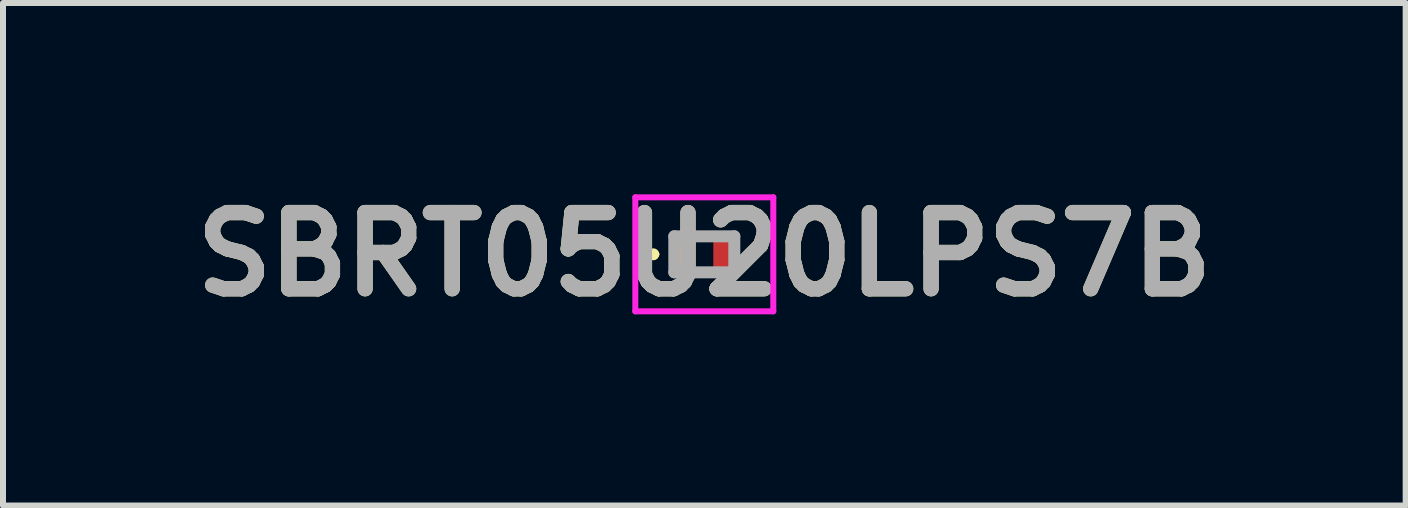
<source format=kicad_pcb>
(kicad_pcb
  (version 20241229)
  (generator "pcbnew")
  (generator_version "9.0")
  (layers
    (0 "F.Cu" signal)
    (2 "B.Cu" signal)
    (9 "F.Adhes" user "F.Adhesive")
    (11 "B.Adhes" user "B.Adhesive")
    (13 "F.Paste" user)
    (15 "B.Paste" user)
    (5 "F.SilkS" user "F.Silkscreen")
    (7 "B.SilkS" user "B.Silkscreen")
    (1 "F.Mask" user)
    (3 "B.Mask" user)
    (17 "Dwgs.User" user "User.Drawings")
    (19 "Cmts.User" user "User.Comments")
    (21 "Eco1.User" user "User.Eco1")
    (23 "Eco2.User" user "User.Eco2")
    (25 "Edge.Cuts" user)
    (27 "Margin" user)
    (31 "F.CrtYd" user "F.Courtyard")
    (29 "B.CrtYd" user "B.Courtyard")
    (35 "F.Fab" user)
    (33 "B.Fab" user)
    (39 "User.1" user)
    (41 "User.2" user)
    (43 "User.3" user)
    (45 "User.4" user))
  (footprint "SBRT05U20LPS7B"
    (layer "F.Cu")
    (at 8.69 1.189)
    (property "Reference" "SBRT05U20LPS7B" (at 0 0 0) (layer "F.SilkS") (effects (font (size 1.27 1.27) (thickness 0.254))))
    (attr smd)
    (fp_line (start -0.9 0) (end -0.9 0) (stroke (width 0.1) (type solid)) (layer "F.SilkS"))
    (fp_line (start -0.8 0) (end -0.8 0) (stroke (width 0.1) (type solid)) (layer "F.SilkS"))
    (fp_arc (start -0.9 0) (mid -0.85 -0.05) (end -0.8 0) (stroke (width 0.1) (type solid)) (layer "F.SilkS"))
    (fp_arc (start -0.8 0) (mid -0.85 0.05) (end -0.9 0) (stroke (width 0.1) (type solid)) (layer "F.SilkS"))
    (fp_line (start -1.15 -0.95) (end 1.15 -0.95) (stroke (width 0.1) (type solid)) (layer "F.CrtYd"))
    (fp_line (start -1.15 0.95) (end -1.15 -0.95) (stroke (width 0.1) (type solid)) (layer "F.CrtYd"))
    (fp_line (start 1.15 -0.95) (end 1.15 0.95) (stroke (width 0.1) (type solid)) (layer "F.CrtYd"))
    (fp_line (start 1.15 0.95) (end -1.15 0.95) (stroke (width 0.1) (type solid)) (layer "F.CrtYd"))
    (fp_line (start -0.5 -0.3) (end 0.5 -0.3) (stroke (width 0.2) (type solid)) (layer "F.Fab"))
    (fp_line (start -0.5 0.3) (end -0.5 -0.3) (stroke (width 0.2) (type solid)) (layer "F.Fab"))
    (fp_line (start 0.5 -0.3) (end 0.5 0.3) (stroke (width 0.2) (type solid)) (layer "F.Fab"))
    (fp_line (start 0.5 0.3) (end -0.5 0.3) (stroke (width 0.2) (type solid)) (layer "F.Fab"))
    (fp_text user "${REFERENCE}" (at 0 0 0) (layer "F.Fab") (effects (font (size 1.27 1.27) (thickness 0.254))))
    (pad "1" smd rect (at -0.35 0) (size 0.4 0.7) (layers "F.Cu" "F.Mask" "F.Paste"))
    (pad "2" smd rect (at 0.35 0) (size 0.4 0.7) (layers "F.Cu" "F.Mask" "F.Paste")))
  (gr_rect
    (start -3 -3)
    (end 20.381 5.377)
    (stroke (width 0.1) (type default))
    (fill no)
    (layer "Edge.Cuts")))
</source>
